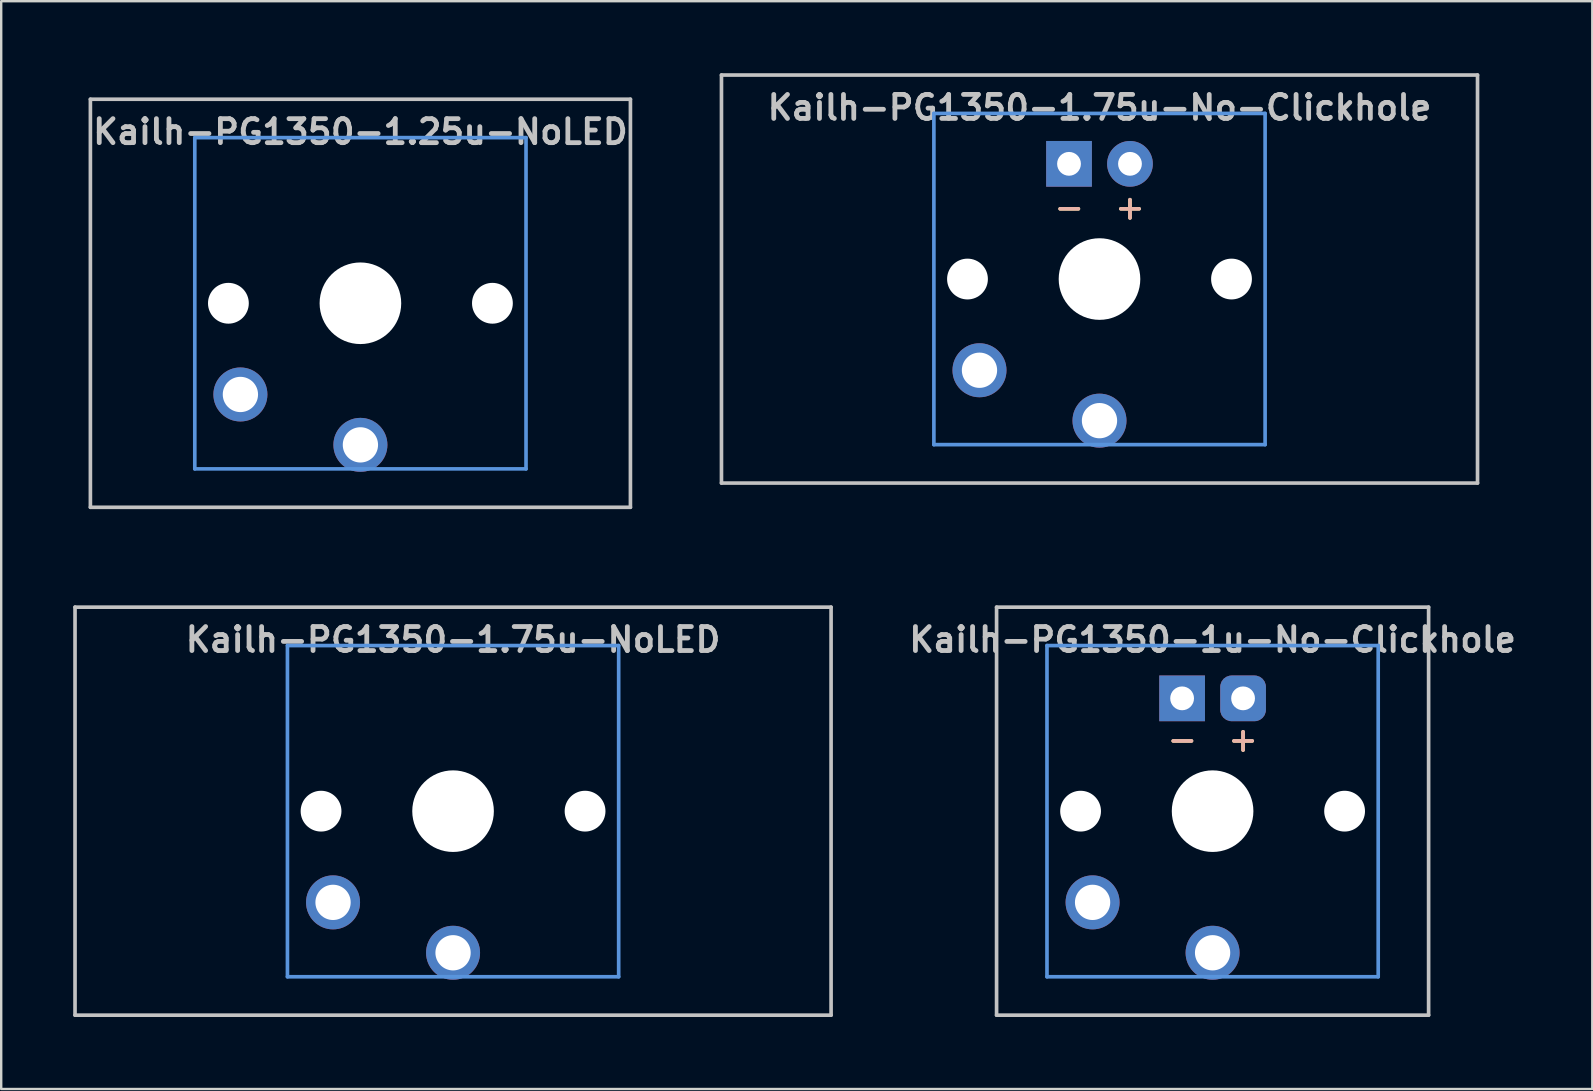
<source format=kicad_pcb>
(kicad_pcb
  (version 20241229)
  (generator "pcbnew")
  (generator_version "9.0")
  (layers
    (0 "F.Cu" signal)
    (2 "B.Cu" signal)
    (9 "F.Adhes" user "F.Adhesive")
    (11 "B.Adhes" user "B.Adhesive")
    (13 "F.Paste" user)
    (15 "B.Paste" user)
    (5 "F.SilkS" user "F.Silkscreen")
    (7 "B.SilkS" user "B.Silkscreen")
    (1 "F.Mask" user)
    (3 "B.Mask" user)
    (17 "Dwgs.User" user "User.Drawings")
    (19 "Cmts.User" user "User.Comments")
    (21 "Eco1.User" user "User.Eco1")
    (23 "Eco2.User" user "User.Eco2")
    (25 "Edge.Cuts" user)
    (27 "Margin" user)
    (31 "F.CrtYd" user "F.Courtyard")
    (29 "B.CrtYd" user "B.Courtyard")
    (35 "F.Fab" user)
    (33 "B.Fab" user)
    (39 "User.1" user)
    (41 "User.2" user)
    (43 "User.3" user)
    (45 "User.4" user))
  (footprint "Kailh-PG1350-1u-No-Clickhole"
    (layer "F.Cu")
    (at 47.471 30.746)
    (property "Reference" "Kailh-PG1350-1u-No-Clickhole" (at 0 -7.144 180) (layer "Dwgs.User") (effects (font (size 1 1) (thickness 0.2))))
    (attr through_hole)
    (fp_line (start -9 -8.5) (end 9 -8.5) (stroke (width 0.152) (type solid)) (layer "Dwgs.User"))
    (fp_line (start -9 8.5) (end -9 -8.5) (stroke (width 0.152) (type solid)) (layer "Dwgs.User"))
    (fp_line (start 9 -8.5) (end 9 8.5) (stroke (width 0.152) (type solid)) (layer "Dwgs.User"))
    (fp_line (start 9 8.5) (end -9 8.5) (stroke (width 0.152) (type solid)) (layer "Dwgs.User"))
    (fp_line (start -6.9 -6.9) (end 6.9 -6.9) (stroke (width 0.152) (type solid)) (layer "Cmts.User"))
    (fp_line (start -6.9 6.9) (end -6.9 -6.9) (stroke (width 0.152) (type solid)) (layer "Cmts.User"))
    (fp_line (start 6.9 -6.9) (end 6.9 6.9) (stroke (width 0.152) (type solid)) (layer "Cmts.User"))
    (fp_line (start 6.9 6.9) (end -6.9 6.9) (stroke (width 0.152) (type solid)) (layer "Cmts.User"))
    (fp_line (start -7.5 -7.5) (end 7.5 -7.5) (stroke (width 0.152) (type solid)) (layer "Eco2.User"))
    (fp_line (start -7.5 7.5) (end -7.5 -7.5) (stroke (width 0.152) (type solid)) (layer "Eco2.User"))
    (fp_line (start 7.5 -7.5) (end 7.5 7.5) (stroke (width 0.152) (type solid)) (layer "Eco2.User"))
    (fp_line (start 7.5 7.5) (end -7.5 7.5) (stroke (width 0.152) (type solid)) (layer "Eco2.User"))
    (fp_text user "-" (at -1.26 -3 180) (layer "F.SilkS") (effects (font (size 1 1) (thickness 0.15))))
    (fp_text user "+" (at 1.27 -3 180) (layer "F.SilkS") (effects (font (size 1 1) (thickness 0.15))))
    (fp_text user "-" (at -1.26 -3 180) (layer "B.SilkS") (effects (font (size 1 1) (thickness 0.15)) (justify mirror)))
    (fp_text user "+" (at 1.27 -3 180) (layer "B.SilkS") (effects (font (size 1 1) (thickness 0.15)) (justify mirror)))
    (pad "" np_thru_hole circle (at -5.5 0 180) (size 1.7 1.7) (drill 1.7) (layers "*.Cu" "*.Mask"))
    (pad "" np_thru_hole circle (at 0 0 180) (size 3.4 3.4) (drill 3.4) (layers "*.Cu" "*.Mask"))
    (pad "" np_thru_hole circle (at 5.5 0 180) (size 1.7 1.7) (drill 1.7) (layers "*.Cu" "*.Mask"))
    (pad "1" thru_hole circle (at 0 5.9 180) (size 2.25 2.25) (drill 1.47) (layers "*.Cu" "*.Mask"))
    (pad "2" thru_hole circle (at -5 3.8 41.9) (size 2.25 2.25) (drill 1.47) (layers "*.Cu" "*.Mask"))
    (pad "3" thru_hole roundrect (at 1.27 -4.7 180) (size 1.905 1.905) (drill 0.991) (layers "*.Cu" "*.Mask") (roundrect_rratio 0.25))
    (pad "4" thru_hole rect (at -1.27 -4.7 180) (size 1.905 1.905) (drill 0.991) (layers "*.Cu" "*.Mask")))
  (footprint "Kailh-PG1350-1.75u-NoLED"
    (layer "F.Cu")
    (at 15.826 30.746)
    (property "Reference" "Kailh-PG1350-1.75u-NoLED" (at 0 -7.144 180) (layer "Dwgs.User") (effects (font (size 1 1) (thickness 0.2))))
    (attr through_hole)
    (fp_line (start -15.75 -8.5) (end 15.75 -8.5) (stroke (width 0.152) (type solid)) (layer "Dwgs.User"))
    (fp_line (start -15.75 8.5) (end -15.75 -8.5) (stroke (width 0.152) (type solid)) (layer "Dwgs.User"))
    (fp_line (start 15.75 -8.5) (end 15.75 8.5) (stroke (width 0.152) (type solid)) (layer "Dwgs.User"))
    (fp_line (start 15.75 8.5) (end -15.75 8.5) (stroke (width 0.152) (type solid)) (layer "Dwgs.User"))
    (fp_line (start -6.9 -6.9) (end 6.9 -6.9) (stroke (width 0.152) (type solid)) (layer "Cmts.User"))
    (fp_line (start -6.9 6.9) (end -6.9 -6.9) (stroke (width 0.152) (type solid)) (layer "Cmts.User"))
    (fp_line (start 6.9 -6.9) (end 6.9 6.9) (stroke (width 0.152) (type solid)) (layer "Cmts.User"))
    (fp_line (start 6.9 6.9) (end -6.9 6.9) (stroke (width 0.152) (type solid)) (layer "Cmts.User"))
    (fp_line (start -7.5 -7.5) (end 7.5 -7.5) (stroke (width 0.152) (type solid)) (layer "Eco2.User"))
    (fp_line (start -7.5 7.5) (end -7.5 -7.5) (stroke (width 0.152) (type solid)) (layer "Eco2.User"))
    (fp_line (start 7.5 -7.5) (end 7.5 7.5) (stroke (width 0.152) (type solid)) (layer "Eco2.User"))
    (fp_line (start 7.5 7.5) (end -7.5 7.5) (stroke (width 0.152) (type solid)) (layer "Eco2.User"))
    (pad "" np_thru_hole circle (at -5.5 0 180) (size 1.7 1.7) (drill 1.7) (layers "*.Cu" "*.Mask"))
    (pad "" np_thru_hole circle (at 0 0 180) (size 3.4 3.4) (drill 3.4) (layers "*.Cu" "*.Mask"))
    (pad "" np_thru_hole circle (at 5.5 0 180) (size 1.7 1.7) (drill 1.7) (layers "*.Cu" "*.Mask"))
    (pad "1" thru_hole circle (at 0 5.9 180) (size 2.25 2.25) (drill 1.47) (layers "*.Cu" "*.Mask"))
    (pad "2" thru_hole circle (at -5 3.8 41.9) (size 2.25 2.25) (drill 1.47) (layers "*.Cu" "*.Mask")))
  (footprint "Kailh-PG1350-1.25u-NoLED"
    (layer "F.Cu")
    (at 11.966 9.585)
    (property "Reference" "Kailh-PG1350-1.25u-NoLED" (at 0 -7.144 180) (layer "Dwgs.User") (effects (font (size 1 1) (thickness 0.2))))
    (attr through_hole)
    (fp_line (start -11.25 -8.5) (end 11.25 -8.5) (stroke (width 0.152) (type solid)) (layer "Dwgs.User"))
    (fp_line (start -11.25 8.5) (end -11.25 -8.5) (stroke (width 0.152) (type solid)) (layer "Dwgs.User"))
    (fp_line (start 11.25 -8.5) (end 11.25 8.5) (stroke (width 0.152) (type solid)) (layer "Dwgs.User"))
    (fp_line (start 11.25 8.5) (end -11.25 8.5) (stroke (width 0.152) (type solid)) (layer "Dwgs.User"))
    (fp_line (start -6.9 -6.9) (end 6.9 -6.9) (stroke (width 0.152) (type solid)) (layer "Cmts.User"))
    (fp_line (start -6.9 6.9) (end -6.9 -6.9) (stroke (width 0.152) (type solid)) (layer "Cmts.User"))
    (fp_line (start 6.9 -6.9) (end 6.9 6.9) (stroke (width 0.152) (type solid)) (layer "Cmts.User"))
    (fp_line (start 6.9 6.9) (end -6.9 6.9) (stroke (width 0.152) (type solid)) (layer "Cmts.User"))
    (fp_line (start -11.906 -9.525) (end -11.906 9.525) (stroke (width 0.12) (type solid)) (layer "Eco1.User"))
    (fp_line (start -11.906 -9.525) (end 11.906 -9.525) (stroke (width 0.12) (type solid)) (layer "Eco1.User"))
    (fp_line (start -11.906 9.525) (end 11.906 9.525) (stroke (width 0.12) (type solid)) (layer "Eco1.User"))
    (fp_line (start 11.906 -9.525) (end 11.906 9.525) (stroke (width 0.12) (type solid)) (layer "Eco1.User"))
    (fp_line (start -7.5 -7.5) (end 7.5 -7.5) (stroke (width 0.152) (type solid)) (layer "Eco2.User"))
    (fp_line (start -7.5 7.5) (end -7.5 -7.5) (stroke (width 0.152) (type solid)) (layer "Eco2.User"))
    (fp_line (start 7.5 -7.5) (end 7.5 7.5) (stroke (width 0.152) (type solid)) (layer "Eco2.User"))
    (fp_line (start 7.5 7.5) (end -7.5 7.5) (stroke (width 0.152) (type solid)) (layer "Eco2.User"))
    (pad "" np_thru_hole circle (at -5.5 0 180) (size 1.7 1.7) (drill 1.7) (layers "*.Cu" "*.Mask"))
    (pad "" np_thru_hole circle (at 0 0 180) (size 3.4 3.4) (drill 3.4) (layers "*.Cu" "*.Mask"))
    (pad "" np_thru_hole circle (at 5.5 0 180) (size 1.7 1.7) (drill 1.7) (layers "*.Cu" "*.Mask"))
    (pad "1" thru_hole circle (at 0 5.9 180) (size 2.25 2.25) (drill 1.47) (layers "*.Cu" "*.Mask"))
    (pad "2" thru_hole circle (at -5 3.8 41.9) (size 2.25 2.25) (drill 1.47) (layers "*.Cu" "*.Mask")))
  (footprint "Kailh-PG1350-1.75u-No-Clickhole"
    (layer "F.Cu")
    (at 42.759 8.576)
    (property "Reference" "Kailh-PG1350-1.75u-No-Clickhole" (at 0 -7.144 180) (layer "Dwgs.User") (effects (font (size 1 1) (thickness 0.2))))
    (attr through_hole)
    (fp_line (start -15.75 -8.5) (end 15.75 -8.5) (stroke (width 0.152) (type solid)) (layer "Dwgs.User"))
    (fp_line (start -15.75 8.5) (end -15.75 -8.5) (stroke (width 0.152) (type solid)) (layer "Dwgs.User"))
    (fp_line (start 15.75 -8.5) (end 15.75 8.5) (stroke (width 0.152) (type solid)) (layer "Dwgs.User"))
    (fp_line (start 15.75 8.5) (end -15.75 8.5) (stroke (width 0.152) (type solid)) (layer "Dwgs.User"))
    (fp_line (start -6.9 -6.9) (end 6.9 -6.9) (stroke (width 0.152) (type solid)) (layer "Cmts.User"))
    (fp_line (start -6.9 6.9) (end -6.9 -6.9) (stroke (width 0.152) (type solid)) (layer "Cmts.User"))
    (fp_line (start 6.9 -6.9) (end 6.9 6.9) (stroke (width 0.152) (type solid)) (layer "Cmts.User"))
    (fp_line (start 6.9 6.9) (end -6.9 6.9) (stroke (width 0.152) (type solid)) (layer "Cmts.User"))
    (fp_line (start -7.5 -7.5) (end 7.5 -7.5) (stroke (width 0.152) (type solid)) (layer "Eco2.User"))
    (fp_line (start -7.5 7.5) (end -7.5 -7.5) (stroke (width 0.152) (type solid)) (layer "Eco2.User"))
    (fp_line (start 7.5 -7.5) (end 7.5 7.5) (stroke (width 0.152) (type solid)) (layer "Eco2.User"))
    (fp_line (start 7.5 7.5) (end -7.5 7.5) (stroke (width 0.152) (type solid)) (layer "Eco2.User"))
    (fp_text user "+" (at 1.27 -3 180) (layer "F.SilkS") (effects (font (size 1 1) (thickness 0.15))))
    (fp_text user "-" (at -1.26 -3 180) (layer "F.SilkS") (effects (font (size 1 1) (thickness 0.15))))
    (fp_text user "-" (at -1.26 -3 180) (layer "B.SilkS") (effects (font (size 1 1) (thickness 0.15)) (justify mirror)))
    (fp_text user "+" (at 1.27 -3 180) (layer "B.SilkS") (effects (font (size 1 1) (thickness 0.15)) (justify mirror)))
    (pad "" np_thru_hole circle (at -5.5 0 180) (size 1.7 1.7) (drill 1.7) (layers "*.Cu" "*.Mask"))
    (pad "" np_thru_hole circle (at 0 0 180) (size 3.4 3.4) (drill 3.4) (layers "*.Cu" "*.Mask"))
    (pad "" np_thru_hole circle (at 5.5 0 180) (size 1.7 1.7) (drill 1.7) (layers "*.Cu" "*.Mask"))
    (pad "1" thru_hole circle (at 0 5.9 180) (size 2.25 2.25) (drill 1.47) (layers "*.Cu" "*.Mask"))
    (pad "2" thru_hole circle (at -5 3.8 41.9) (size 2.25 2.25) (drill 1.47) (layers "*.Cu" "*.Mask"))
    (pad "3" thru_hole circle (at 1.27 -4.8 180) (size 1.905 1.905) (drill 0.991) (layers "*.Cu" "*.Mask"))
    (pad "4" thru_hole rect (at -1.27 -4.8 180) (size 1.905 1.905) (drill 0.991) (layers "*.Cu" "*.Mask")))
  (gr_rect
    (start -3 -3)
    (end 63.29 42.322)
    (stroke (width 0.1) (type default))
    (fill no)
    (layer "Edge.Cuts")))
</source>
